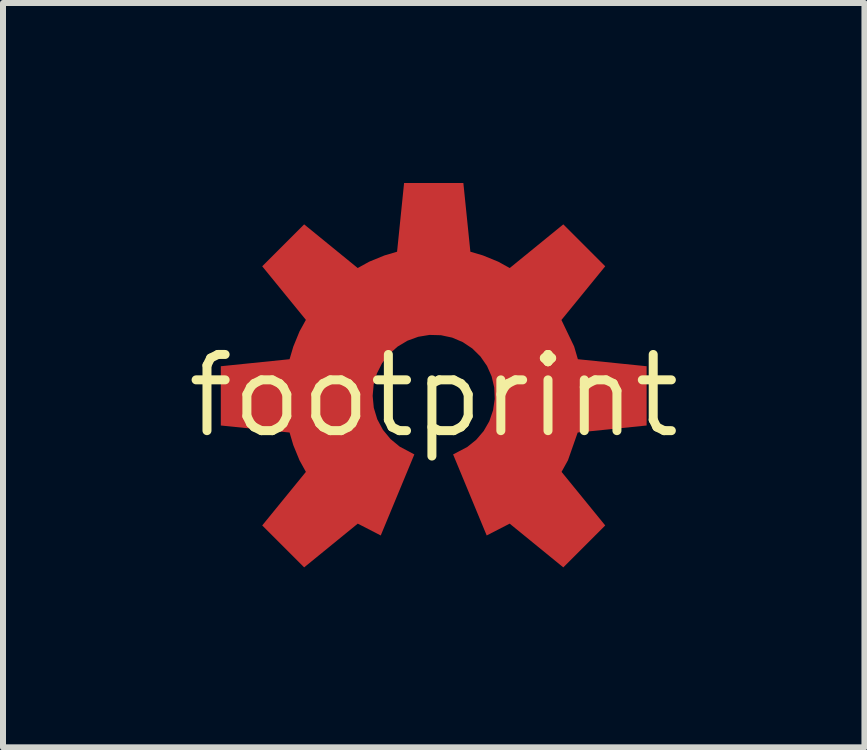
<source format=kicad_pcb>
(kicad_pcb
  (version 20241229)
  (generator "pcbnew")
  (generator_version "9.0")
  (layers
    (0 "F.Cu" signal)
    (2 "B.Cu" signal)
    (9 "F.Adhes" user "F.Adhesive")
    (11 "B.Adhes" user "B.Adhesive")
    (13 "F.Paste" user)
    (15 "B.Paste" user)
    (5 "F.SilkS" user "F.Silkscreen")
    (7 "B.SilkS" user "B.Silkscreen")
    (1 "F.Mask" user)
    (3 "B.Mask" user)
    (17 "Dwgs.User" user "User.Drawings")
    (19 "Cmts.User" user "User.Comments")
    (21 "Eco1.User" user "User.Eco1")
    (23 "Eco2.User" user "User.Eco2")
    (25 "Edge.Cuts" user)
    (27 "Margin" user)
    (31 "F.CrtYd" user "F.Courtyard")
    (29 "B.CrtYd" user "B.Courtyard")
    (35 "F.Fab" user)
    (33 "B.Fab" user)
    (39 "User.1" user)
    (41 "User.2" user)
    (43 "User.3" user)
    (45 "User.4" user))
  (footprint "footprint"
    (layer "F.Cu")
    (at 4.18 3.549)
    (property "Reference" "footprint" (at 0 0 0) (layer "F.SilkS") (effects (font (size 1.27 1.27) (thickness 0.15))))
    (fp_poly (pts (xy 0.611 -2.403) (xy 0.821 -2.341) (xy 1.075 -2.237) (xy 1.267 -2.131) (xy 2.16 -2.859) (xy 2.859 -2.16) (xy 2.129 -1.265) (xy 2.341 -0.823) (xy 2.403 -0.611) (xy 3.549 -0.494) (xy 3.549 0.494) (xy 2.4 0.611) (xy 2.238 1.073) (xy 2.131 1.267) (xy 2.859 2.16) (xy 2.16 2.859) (xy 1.266 2.13) (xy 0.883 2.327) (xy 0.323 0.976) (xy 0.559 0.852) (xy 0.708 0.732) (xy 0.832 0.587) (xy 0.927 0.422) (xy 0.989 0.241) (xy 1.017 0.052) (xy 1.009 -0.139) (xy 0.965 -0.325) (xy 0.888 -0.499) (xy 0.779 -0.656) (xy 0.643 -0.79) (xy 0.484 -0.896) (xy 0.308 -0.971) (xy 0.121 -1.011) (xy -0.07 -1.016) (xy -0.258 -0.985) (xy -0.437 -0.92) (xy -0.601 -0.822) (xy -0.744 -0.695) (xy -0.861 -0.544) (xy -0.947 -0.374) (xy -1.001 -0.19) (xy -1.018 -0.000157) (xy -0.999 0.199) (xy -0.941 0.39) (xy -0.847 0.566) (xy -0.72 0.72) (xy -0.566 0.847) (xy -0.323 0.976) (xy -0.883 2.327) (xy -1.266 2.13) (xy -2.16 2.859) (xy -2.859 2.16) (xy -2.131 1.267) (xy -2.237 1.075) (xy -2.341 0.821) (xy -2.403 0.611) (xy -3.549 0.494) (xy -3.549 -0.494) (xy -2.403 -0.611) (xy -2.341 -0.821) (xy -2.237 -1.075) (xy -2.131 -1.267) (xy -2.859 -2.16) (xy -2.16 -2.859) (xy -1.267 -2.131) (xy -1.075 -2.237) (xy -0.821 -2.341) (xy -0.611 -2.403) (xy -0.494 -3.549) (xy 0.494 -3.549)) (stroke (width 0) (type solid)) (fill yes) (layer "F.Cu")))
  (gr_rect
    (start -3 -3)
    (end 11.36 9.408)
    (stroke (width 0.1) (type default))
    (fill no)
    (layer "Edge.Cuts")))
</source>
